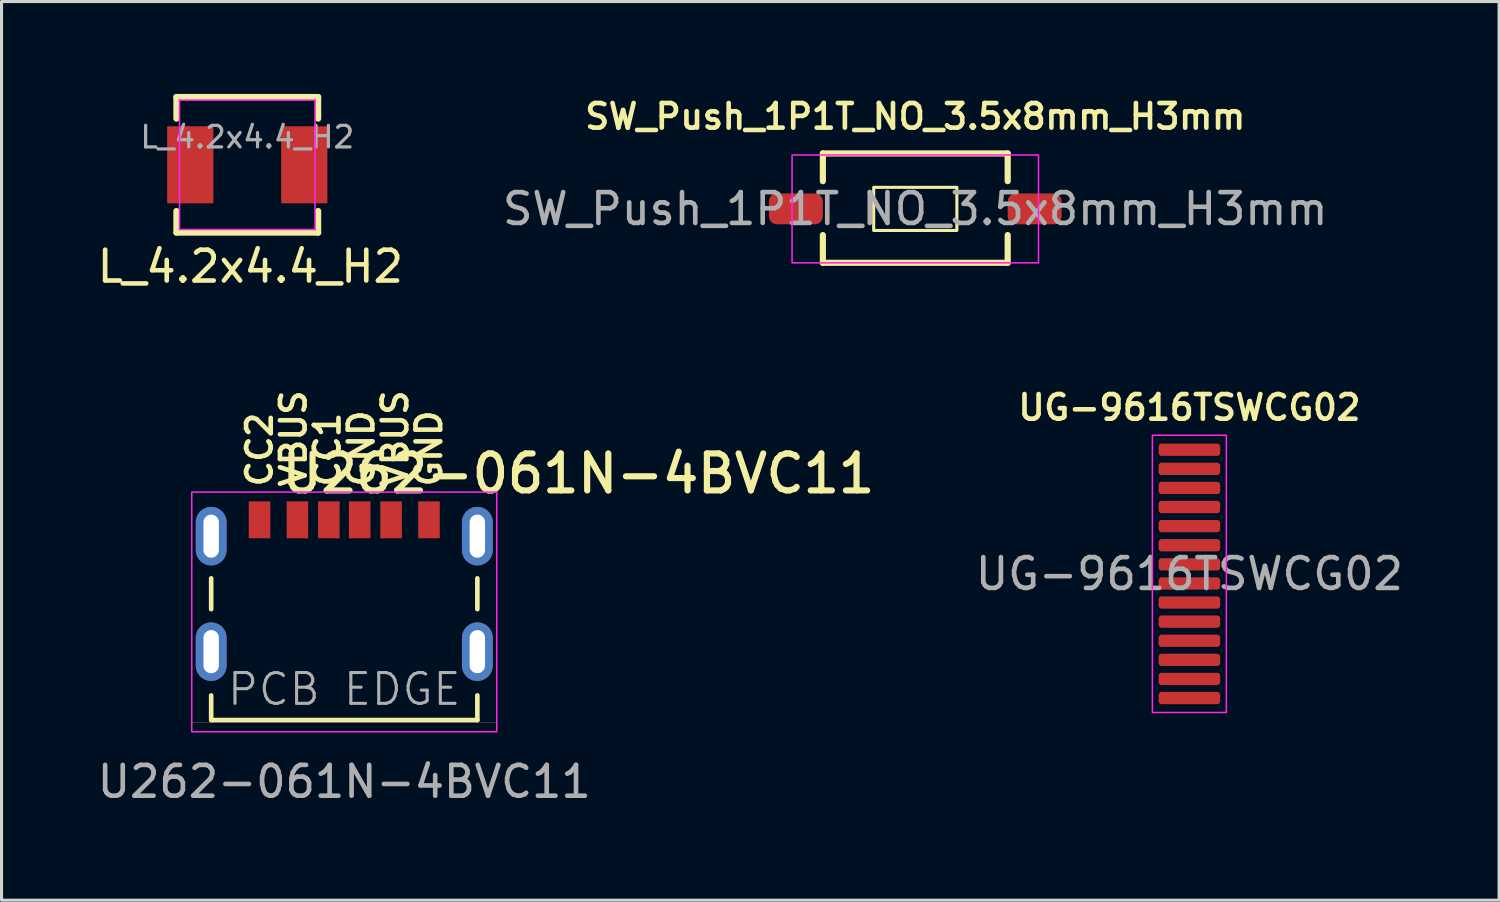
<source format=kicad_pcb>
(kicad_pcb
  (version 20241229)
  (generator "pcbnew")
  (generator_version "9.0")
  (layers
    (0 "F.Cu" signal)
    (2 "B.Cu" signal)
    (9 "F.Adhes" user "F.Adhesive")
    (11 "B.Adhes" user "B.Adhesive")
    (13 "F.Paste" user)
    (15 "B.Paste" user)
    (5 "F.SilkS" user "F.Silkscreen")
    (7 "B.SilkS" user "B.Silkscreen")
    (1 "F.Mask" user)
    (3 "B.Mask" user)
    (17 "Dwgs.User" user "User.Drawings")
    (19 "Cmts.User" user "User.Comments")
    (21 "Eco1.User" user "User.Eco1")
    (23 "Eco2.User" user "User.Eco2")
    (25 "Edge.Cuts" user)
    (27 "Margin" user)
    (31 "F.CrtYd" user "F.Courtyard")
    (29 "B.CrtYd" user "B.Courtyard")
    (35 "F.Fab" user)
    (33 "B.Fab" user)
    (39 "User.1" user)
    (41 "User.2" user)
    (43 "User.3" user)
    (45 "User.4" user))
  (footprint "L_4.2x4.4_H2"
    (layer "F.Cu")
    (at 4.977 2.3)
    (property "Reference" "L_4.2x4.4_H2" (at 0.1 3.3 0) (layer "F.SilkS") (effects (font (size 1 1) (thickness 0.15))))
    (attr smd)
    (fp_line (start -2.3 -2.2) (end -2.3 -1.5) (stroke (width 0.2) (type default)) (layer "F.SilkS"))
    (fp_line (start -2.3 -2.2) (end 2.3 -2.2) (stroke (width 0.2) (type solid)) (layer "F.SilkS"))
    (fp_line (start -2.3 1.5) (end -2.3 2.2) (stroke (width 0.2) (type default)) (layer "F.SilkS"))
    (fp_line (start -2.3 2.2) (end 2.3 2.2) (stroke (width 0.2) (type solid)) (layer "F.SilkS"))
    (fp_line (start 2.3 -2.2) (end 2.3 -1.5) (stroke (width 0.2) (type default)) (layer "F.SilkS"))
    (fp_line (start 2.3 1.5) (end 2.3 2.2) (stroke (width 0.2) (type default)) (layer "F.SilkS"))
    (fp_line (start -2.2 -2.1) (end -2.2 2.1) (stroke (width 0.05) (type solid)) (layer "F.CrtYd"))
    (fp_line (start -2.2 2.1) (end 2.2 2.1) (stroke (width 0.05) (type solid)) (layer "F.CrtYd"))
    (fp_line (start 2.2 -2.1) (end -2.2 -2.1) (stroke (width 0.05) (type solid)) (layer "F.CrtYd"))
    (fp_line (start 2.2 2.1) (end 2.2 -2.1) (stroke (width 0.05) (type solid)) (layer "F.CrtYd"))
    (fp_text user "${REFERENCE}" (at 0 -0.9 0) (layer "F.Fab") (effects (font (size 0.7 0.7) (thickness 0.105))))
    (pad "1" smd rect (at -1.85 0) (size 1.5 2.5) (layers "F.Cu" "F.Mask" "F.Paste"))
    (pad "2" smd rect (at 1.85 0) (size 1.5 2.5) (layers "F.Cu" "F.Mask" "F.Paste")))
  (footprint "U262-061N-4BVC11"
    (layer "F.Cu")
    (at 8.125 13.824)
    (property "Reference" "U262-061N-4BVC11" (at 7.6 -1.5 0) (unlocked yes) (layer "F.SilkS") (effects (font (size 1.2 1.2) (thickness 0.2) (bold yes))))
    (fp_line (start -4.32 1.9) (end -4.32 2.9) (stroke (width 0.15) (type default)) (layer "F.SilkS"))
    (fp_line (start -4.32 5.7) (end -4.32 6.5) (stroke (width 0.15) (type default)) (layer "F.SilkS"))
    (fp_line (start -4.31 6.5) (end 4.32 6.5) (stroke (width 0.15) (type default)) (layer "F.SilkS"))
    (fp_line (start 4.32 1.9) (end 4.32 2.9) (stroke (width 0.15) (type default)) (layer "F.SilkS"))
    (fp_line (start 4.32 5.7) (end 4.32 6.5) (stroke (width 0.15) (type default)) (layer "F.SilkS"))
    (fp_rect (start -4.95 -0.9) (end 4.95 6.88) (stroke (width 0.05) (type default)) (fill no) (layer "F.CrtYd"))
    (fp_line (start -5 6.58) (end 5 6.58) (stroke (width 0.01) (type default)) (layer "F.Fab"))
    (fp_text user "VBUS" (at 1.65 -1 90) (unlocked yes) (layer "F.SilkS") (effects (font (size 0.8 0.8) (thickness 0.15) (bold yes)) (justify left)))
    (fp_text user "CC2" (at -2.75 -1 90) (unlocked yes) (layer "F.SilkS") (effects (font (size 0.8 0.8) (thickness 0.15) (bold yes)) (justify left)))
    (fp_text user "CC1" (at -0.55 -1 90) (unlocked yes) (layer "F.SilkS") (effects (font (size 0.8 0.8) (thickness 0.15) (bold yes)) (justify left)))
    (fp_text user "VBUS" (at -1.65 -1 90) (unlocked yes) (layer "F.SilkS") (effects (font (size 0.8 0.8) (thickness 0.15) (bold yes)) (justify left)))
    (fp_text user "GND" (at 2.75 -1 90) (unlocked yes) (layer "F.SilkS") (effects (font (size 0.8 0.8) (thickness 0.15) (bold yes)) (justify left)))
    (fp_text user "GND" (at 0.55 -1 90) (unlocked yes) (layer "F.SilkS") (effects (font (size 0.8 0.8) (thickness 0.15) (bold yes)) (justify left)))
    (fp_text user "PCB EDGE" (at 0 5.5 0) (unlocked yes) (layer "F.Fab") (effects (font (size 1 1) (thickness 0.1))))
    (fp_text user "${REFERENCE}" (at 0 8.5 0) (unlocked yes) (layer "F.Fab") (effects (font (size 1 1) (thickness 0.15))))
    (pad "A5" smd rect (at -0.5 0) (size 0.7 1.2) (layers "F.Cu" "F.Mask" "F.Paste"))
    (pad "A9" smd rect (at 1.52 0) (size 0.7 1.2) (layers "F.Cu" "F.Mask" "F.Paste"))
    (pad "A12" smd rect (at 2.75 0) (size 0.7 1.2) (layers "F.Cu" "F.Mask" "F.Paste"))
    (pad "B5" smd rect (at -2.75 0) (size 0.7 1.2) (layers "F.Cu" "F.Mask" "F.Paste"))
    (pad "B9" smd rect (at -1.52 0) (size 0.7 1.2) (layers "F.Cu" "F.Mask" "F.Paste"))
    (pad "B12" smd rect (at 0.5 0) (size 0.7 1.2) (layers "F.Cu" "F.Mask" "F.Paste"))
    (pad "S1" thru_hole oval (at -4.32 0.53) (size 1 1.9) (drill oval 0.5 1.4) (layers "*.Cu" "*.Mask"))
    (pad "S1" thru_hole oval (at -4.32 4.28) (size 1 1.9) (drill oval 0.5 1.4) (layers "*.Cu" "*.Mask"))
    (pad "S1" thru_hole oval (at 4.32 0.53) (size 1 1.9) (drill oval 0.5 1.4) (layers "*.Cu" "*.Mask"))
    (pad "S1" thru_hole oval (at 4.32 4.28) (size 1 1.9) (drill oval 0.5 1.4) (layers "*.Cu" "*.Mask")))
  (footprint "UG-9616TSWCG02"
    (layer "F.Cu")
    (at 35.559 15.579)
    (property "Reference" "UG-9616TSWCG02" (at 0 -5.4 0) (unlocked yes) (layer "F.SilkS") (effects (font (size 0.8 0.8) (thickness 0.15) (bold yes))))
    (attr smd)
    (fp_rect (start -1.2 -4.5) (end 1.2 4.5) (stroke (width 0.05) (type default)) (fill no) (layer "F.CrtYd"))
    (fp_text user "${REFERENCE}" (at 0 0 0) (unlocked yes) (layer "F.Fab") (effects (font (size 1 1) (thickness 0.15))))
    (pad "1" smd roundrect (at 0 -4.03 90) (size 0.4 2) (layers "F.Cu" "F.Mask" "F.Paste") (roundrect_rratio 0.25))
    (pad "2" smd roundrect (at 0 -3.41 90) (size 0.4 2) (layers "F.Cu" "F.Mask" "F.Paste") (roundrect_rratio 0.25))
    (pad "3" smd roundrect (at 0 -2.79 90) (size 0.4 2) (layers "F.Cu" "F.Mask" "F.Paste") (roundrect_rratio 0.25))
    (pad "4" smd roundrect (at 0 -2.17 90) (size 0.4 2) (layers "F.Cu" "F.Mask" "F.Paste") (roundrect_rratio 0.25))
    (pad "5" smd roundrect (at 0 -1.55 90) (size 0.4 2) (layers "F.Cu" "F.Mask" "F.Paste") (roundrect_rratio 0.25))
    (pad "6" smd roundrect (at 0 -0.93 90) (size 0.4 2) (layers "F.Cu" "F.Mask" "F.Paste") (roundrect_rratio 0.25))
    (pad "7" smd roundrect (at 0 -0.31 90) (size 0.4 2) (layers "F.Cu" "F.Mask" "F.Paste") (roundrect_rratio 0.25))
    (pad "8" smd roundrect (at 0 0.31 90) (size 0.4 2) (layers "F.Cu" "F.Mask" "F.Paste") (roundrect_rratio 0.25))
    (pad "9" smd roundrect (at 0 0.93 90) (size 0.4 2) (layers "F.Cu" "F.Mask" "F.Paste") (roundrect_rratio 0.25))
    (pad "10" smd roundrect (at 0 1.55 90) (size 0.4 2) (layers "F.Cu" "F.Mask" "F.Paste") (roundrect_rratio 0.25))
    (pad "11" smd roundrect (at 0 2.17 90) (size 0.4 2) (layers "F.Cu" "F.Mask" "F.Paste") (roundrect_rratio 0.25))
    (pad "12" smd roundrect (at 0 2.79 90) (size 0.4 2) (layers "F.Cu" "F.Mask" "F.Paste") (roundrect_rratio 0.25))
    (pad "13" smd roundrect (at 0 3.41 90) (size 0.4 2) (layers "F.Cu" "F.Mask" "F.Paste") (roundrect_rratio 0.25))
    (pad "14" smd roundrect (at 0 4.03 90) (size 0.4 2) (layers "F.Cu" "F.Mask" "F.Paste") (roundrect_rratio 0.25)))
  (footprint "SW_Push_1P1T_NO_3.5x8mm_H3mm"
    (layer "F.Cu")
    (at 26.661 3.731)
    (property "Reference" "SW_Push_1P1T_NO_3.5x8mm_H3mm" (at 0 -3 0) (unlocked yes) (layer "F.SilkS") (effects (font (size 0.8 0.8) (thickness 0.15) (bold yes))))
    (attr smd)
    (fp_line (start -3 -1.8) (end -3 -0.9) (stroke (width 0.2) (type default)) (layer "F.SilkS"))
    (fp_line (start -3 -1.8) (end 3 -1.8) (stroke (width 0.2) (type default)) (layer "F.SilkS"))
    (fp_line (start -3 1.75) (end -3 0.85) (stroke (width 0.2) (type default)) (layer "F.SilkS"))
    (fp_line (start 3 -1.8) (end 3 -0.9) (stroke (width 0.2) (type default)) (layer "F.SilkS"))
    (fp_line (start 3 1.75) (end -3 1.75) (stroke (width 0.2) (type default)) (layer "F.SilkS"))
    (fp_line (start 3 1.75) (end 3 0.85) (stroke (width 0.2) (type default)) (layer "F.SilkS"))
    (fp_rect (start -1.35 -0.7) (end 1.35 0.7) (stroke (width 0.1) (type default)) (fill no) (layer "F.SilkS"))
    (fp_rect (start -4 -1.75) (end 4 1.75) (stroke (width 0.05) (type default)) (fill no) (layer "F.CrtYd"))
    (fp_rect (start -3 -1.75) (end 3 1.75) (stroke (width 0.1) (type default)) (fill no) (layer "User.1"))
    (fp_text user "${REFERENCE}" (at 0 0 0) (unlocked yes) (layer "F.Fab") (effects (font (size 1 1) (thickness 0.15))))
    (pad "1" smd roundrect (at -3.875 0) (size 1.75 1) (layers "F.Cu" "F.Mask" "F.Paste") (roundrect_rratio 0.25))
    (pad "2" smd roundrect (at 3.875 0) (size 1.75 1) (layers "F.Cu" "F.Mask" "F.Paste") (roundrect_rratio 0.25)))
  (gr_rect
    (start -3 -3)
    (end 45.612 26.172)
    (stroke (width 0.1) (type default))
    (fill no)
    (layer "Edge.Cuts")))
</source>
